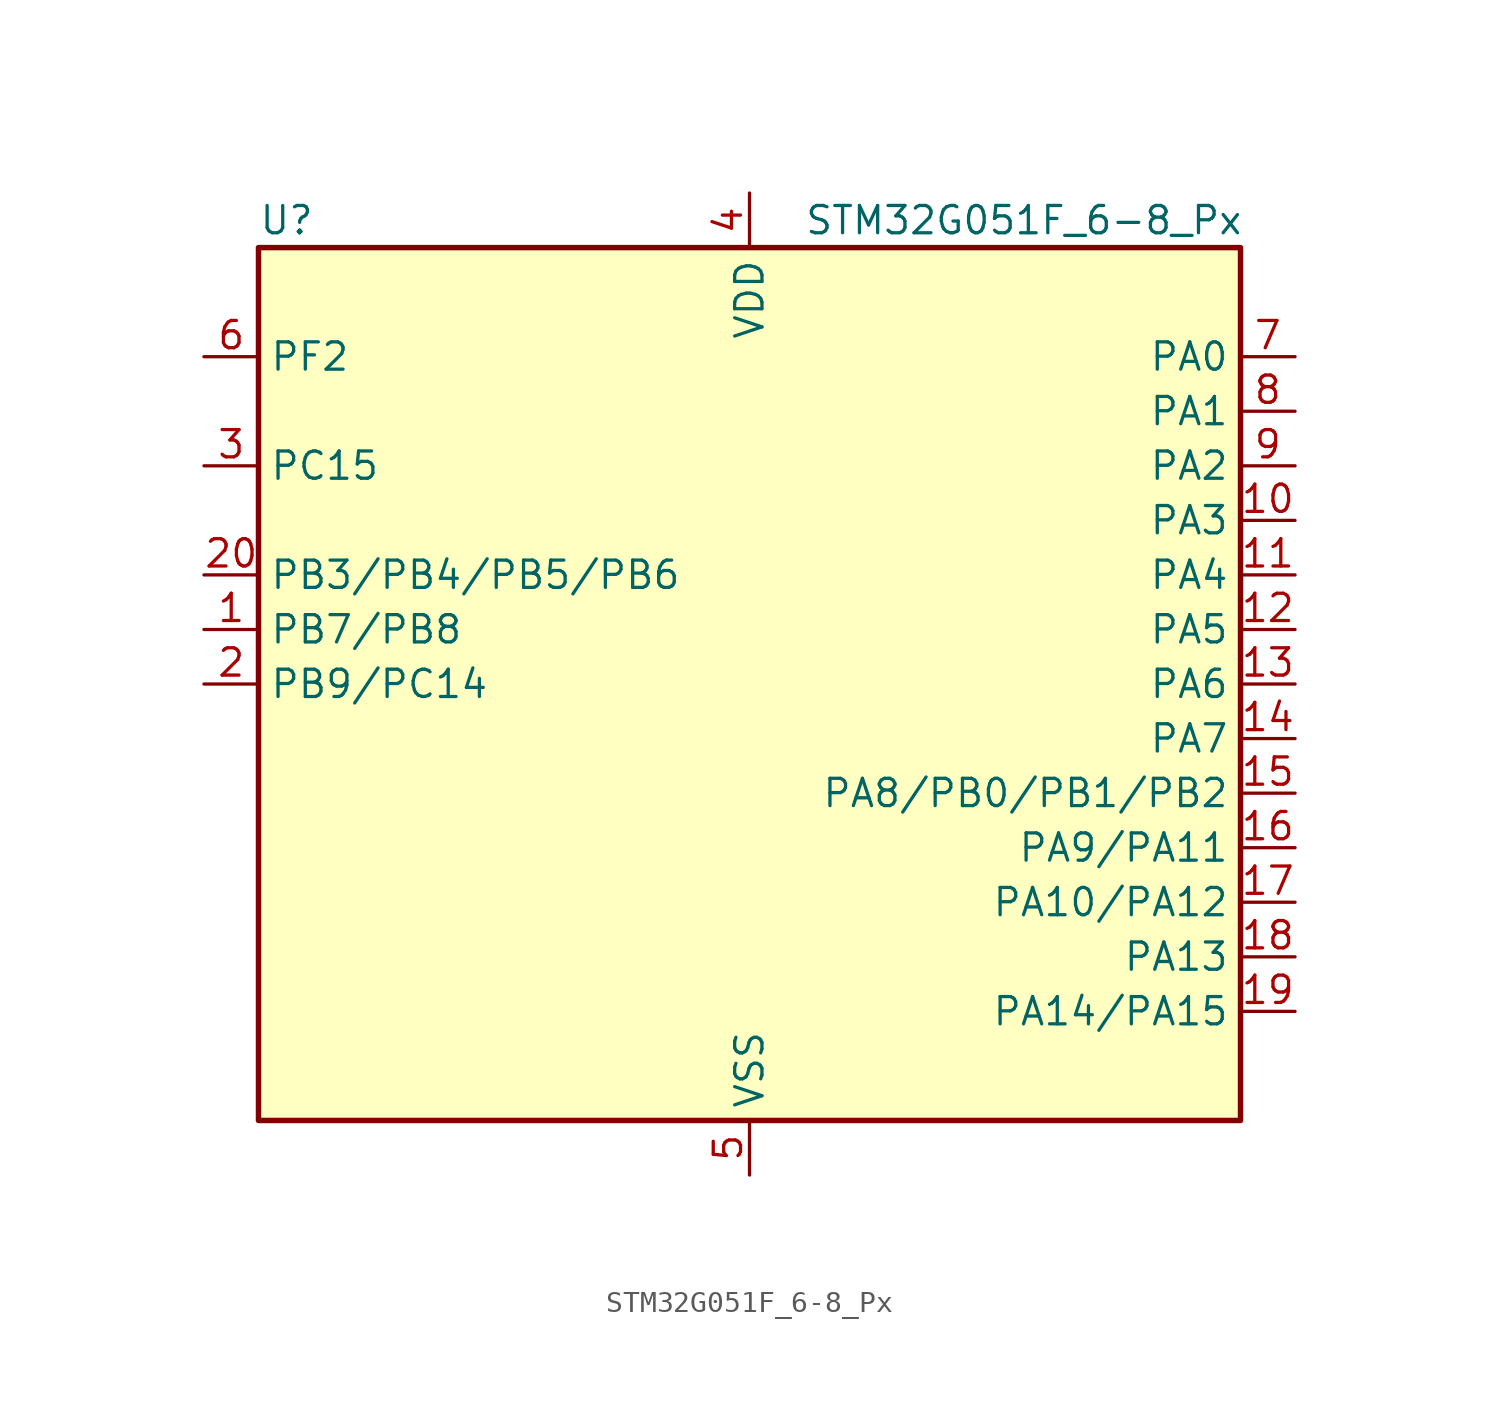
<source format=kicad_sym>
(kicad_symbol_lib
  (version 20231120)
  (generator "kicad-library-utils")
  (generator_version "8.0")
  (symbol "STM32G051F_6-8_Px"
    (property "Reference" "U"
      (at -22.86 21.59 0)
      (effects (font (size 1.27 1.27)) (justify left)))
    (property "Value" "STM32G051F_6-8_Px"
      (at 2.54 21.59 0)
      (effects (font (size 1.27 1.27)) (justify left)))
    (symbol "STM32G051F_6-8_Px_0_1"
      (rectangle (start -22.86 -20.32) (end 22.86 20.32) (stroke (width 0.254) (type default)) (fill (type background))))
    (symbol "STM32G051F_6-8_Px_1_1"
      (pin bidirectional line (at -25.4 2.54 0) (length 2.54) (name "PB7/PB8" (effects (font (size 1.27 1.27)))) (number "1" (effects (font (size 1.27 1.27)))) (alternate "PB7" bidirectional line) (alternate "ADC1_IN11 (PB7)" bidirectional line) (alternate "COMP2_INM (PB7)" bidirectional line) (alternate "I2C1_SDA (PB7)" bidirectional line) (alternate "LPTIM1_IN2 (PB7)" bidirectional line) (alternate "SPI2_MOSI (PB7)" bidirectional line) (alternate "SYS_PVD_IN (PB7)" bidirectional line) (alternate "TIM17_CH1N (PB7)" bidirectional line) (alternate "USART1_RX (PB7)" bidirectional line) (alternate "PB8" bidirectional line) (alternate "I2C1_SCL (PB8)" bidirectional line) (alternate "SPI2_SCK (PB8)" bidirectional line) (alternate "TIM15_BK (PB8)" bidirectional line) (alternate "TIM16_CH1 (PB8)" bidirectional line))
      (pin bidirectional line (at 25.4 7.62 180) (length 2.54) (name "PA3" (effects (font (size 1.27 1.27)))) (number "10" (effects (font (size 1.27 1.27)))) (alternate "ADC1_IN3" bidirectional line) (alternate "COMP2_INP" bidirectional line) (alternate "LPUART1_RX" bidirectional line) (alternate "SPI2_MISO" bidirectional line) (alternate "TIM15_CH2" bidirectional line) (alternate "TIM2_CH4" bidirectional line) (alternate "USART2_RX" bidirectional line))
      (pin bidirectional line (at 25.4 5.08 180) (length 2.54) (name "PA4" (effects (font (size 1.27 1.27)))) (number "11" (effects (font (size 1.27 1.27)))) (alternate "ADC1_IN4" bidirectional line) (alternate "DAC1_OUT1" bidirectional line) (alternate "I2S1_WS" bidirectional line) (alternate "LPTIM2_OUT" bidirectional line) (alternate "RTC_OUT1" bidirectional line) (alternate "RTC_TAMP_IN1" bidirectional line) (alternate "RTC_TS" bidirectional line) (alternate "SPI1_NSS" bidirectional line) (alternate "SPI2_MOSI" bidirectional line) (alternate "SYS_WKUP2" bidirectional line) (alternate "TIM14_CH1" bidirectional line))
      (pin bidirectional line (at 25.4 2.54 180) (length 2.54) (name "PA5" (effects (font (size 1.27 1.27)))) (number "12" (effects (font (size 1.27 1.27)))) (alternate "ADC1_IN5" bidirectional line) (alternate "DAC1_OUT2" bidirectional line) (alternate "I2S1_CK" bidirectional line) (alternate "LPTIM2_ETR" bidirectional line) (alternate "SPI1_SCK" bidirectional line) (alternate "TIM2_CH1" bidirectional line) (alternate "TIM2_ETR" bidirectional line))
      (pin bidirectional line (at 25.4 0 180) (length 2.54) (name "PA6" (effects (font (size 1.27 1.27)))) (number "13" (effects (font (size 1.27 1.27)))) (alternate "ADC1_IN6" bidirectional line) (alternate "COMP1_OUT" bidirectional line) (alternate "I2S1_MCK" bidirectional line) (alternate "LPUART1_CTS" bidirectional line) (alternate "SPI1_MISO" bidirectional line) (alternate "TIM16_CH1" bidirectional line) (alternate "TIM1_BK" bidirectional line) (alternate "TIM3_CH1" bidirectional line))
      (pin bidirectional line (at 25.4 -2.54 180) (length 2.54) (name "PA7" (effects (font (size 1.27 1.27)))) (number "14" (effects (font (size 1.27 1.27)))) (alternate "ADC1_IN7" bidirectional line) (alternate "COMP2_OUT" bidirectional line) (alternate "I2S1_SD" bidirectional line) (alternate "SPI1_MOSI" bidirectional line) (alternate "TIM14_CH1" bidirectional line) (alternate "TIM17_CH1" bidirectional line) (alternate "TIM1_CH1N" bidirectional line) (alternate "TIM3_CH2" bidirectional line))
      (pin bidirectional line (at 25.4 -5.08 180) (length 2.54) (name "PA8/PB0/PB1/PB2" (effects (font (size 1.27 1.27)))) (number "15" (effects (font (size 1.27 1.27)))) (alternate "PA8" bidirectional line) (alternate "LPTIM2_OUT (PA8)" bidirectional line) (alternate "RCC_MCO (PA8)" bidirectional line) (alternate "SPI2_NSS (PA8)" bidirectional line) (alternate "TIM1_CH1 (PA8)" bidirectional line) (alternate "PB0" bidirectional line) (alternate "ADC1_IN8 (PB0)" bidirectional line) (alternate "COMP1_OUT (PB0)" bidirectional line) (alternate "I2S1_WS (PB0)" bidirectional line) (alternate "LPTIM1_OUT (PB0)" bidirectional line) (alternate "SPI1_NSS (PB0)" bidirectional line) (alternate "TIM1_CH2N (PB0)" bidirectional line) (alternate "TIM3_CH3 (PB0)" bidirectional line) (alternate "PB1" bidirectional line) (alternate "ADC1_IN9 (PB1)" bidirectional line) (alternate "COMP1_INM (PB1)" bidirectional line) (alternate "LPTIM2_IN1 (PB1)" bidirectional line) (alternate "LPUART1_DE (PB1)" bidirectional line) (alternate "LPUART1_RTS (PB1)" bidirectional line) (alternate "TIM14_CH1 (PB1)" bidirectional line) (alternate "TIM1_CH3N (PB1)" bidirectional line) (alternate "TIM3_CH4 (PB1)" bidirectional line) (alternate "PB2" bidirectional line) (alternate "ADC1_IN10 (PB2)" bidirectional line) (alternate "COMP1_INP (PB2)" bidirectional line) (alternate "LPTIM1_OUT (PB2)" bidirectional line) (alternate "SPI2_MISO (PB2)" bidirectional line))
      (pin bidirectional line (at 25.4 -7.62 180) (length 2.54) (name "PA9/PA11" (effects (font (size 1.27 1.27)))) (number "16" (effects (font (size 1.27 1.27)))) (alternate "PA9" bidirectional line) (alternate "DAC1_EXTI9 (PA9)" bidirectional line) (alternate "I2C1_SCL (PA9)" bidirectional line) (alternate "RCC_MCO (PA9)" bidirectional line) (alternate "SPI2_MISO (PA9)" bidirectional line) (alternate "TIM15_BK (PA9)" bidirectional line) (alternate "TIM1_CH2 (PA9)" bidirectional line) (alternate "USART1_TX (PA9)" bidirectional line) (alternate "PA11" bidirectional line) (alternate "ADC1_EXTI11 (PA11)" bidirectional line) (alternate "ADC1_IN15 (PA11)" bidirectional line) (alternate "COMP1_OUT (PA11)" bidirectional line) (alternate "I2C2_SCL (PA11)" bidirectional line) (alternate "I2S1_MCK (PA11)" bidirectional line) (alternate "SPI1_MISO (PA11)" bidirectional line) (alternate "TIM1_BK2 (PA11)" bidirectional line) (alternate "TIM1_CH4 (PA11)" bidirectional line) (alternate "USART1_CTS (PA11)" bidirectional line) (alternate "USART1_NSS (PA11)" bidirectional line))
      (pin bidirectional line (at 25.4 -10.16 180) (length 2.54) (name "PA10/PA12" (effects (font (size 1.27 1.27)))) (number "17" (effects (font (size 1.27 1.27)))) (alternate "PA10" bidirectional line) (alternate "I2C1_SDA (PA10)" bidirectional line) (alternate "SPI2_MOSI (PA10)" bidirectional line) (alternate "TIM17_BK (PA10)" bidirectional line) (alternate "TIM1_CH3 (PA10)" bidirectional line) (alternate "USART1_RX (PA10)" bidirectional line) (alternate "PA12" bidirectional line) (alternate "ADC1_IN16 (PA12)" bidirectional line) (alternate "COMP2_OUT (PA12)" bidirectional line) (alternate "I2C2_SDA (PA12)" bidirectional line) (alternate "I2S1_SD (PA12)" bidirectional line) (alternate "I2S_CKIN (PA12)" bidirectional line) (alternate "SPI1_MOSI (PA12)" bidirectional line) (alternate "TIM1_ETR (PA12)" bidirectional line) (alternate "USART1_CK (PA12)" bidirectional line) (alternate "USART1_DE (PA12)" bidirectional line) (alternate "USART1_RTS (PA12)" bidirectional line))
      (pin bidirectional line (at 25.4 -12.7 180) (length 2.54) (name "PA13" (effects (font (size 1.27 1.27)))) (number "18" (effects (font (size 1.27 1.27)))) (alternate "ADC1_IN17" bidirectional line) (alternate "IR_OUT" bidirectional line) (alternate "SYS_SWDIO" bidirectional line))
      (pin bidirectional line (at 25.4 -15.24 180) (length 2.54) (name "PA14/PA15" (effects (font (size 1.27 1.27)))) (number "19" (effects (font (size 1.27 1.27)))) (alternate "PA14" bidirectional line) (alternate "ADC1_IN18 (PA14)" bidirectional line) (alternate "SYS_SWCLK (PA14)" bidirectional line) (alternate "USART2_TX (PA14)" bidirectional line) (alternate "PA15" bidirectional line) (alternate "I2S1_WS (PA15)" bidirectional line) (alternate "SPI1_NSS (PA15)" bidirectional line) (alternate "TIM2_CH1 (PA15)" bidirectional line) (alternate "TIM2_ETR (PA15)" bidirectional line) (alternate "USART2_RX (PA15)" bidirectional line))
      (pin bidirectional line (at -25.4 0 0) (length 2.54) (name "PB9/PC14" (effects (font (size 1.27 1.27)))) (number "2" (effects (font (size 1.27 1.27)))) (alternate "PB9" bidirectional line) (alternate "DAC1_EXTI9 (PB9)" bidirectional line) (alternate "I2C1_SDA (PB9)" bidirectional line) (alternate "IR_OUT (PB9)" bidirectional line) (alternate "SPI2_NSS (PB9)" bidirectional line) (alternate "TIM17_CH1 (PB9)" bidirectional line) (alternate "PC14" bidirectional line) (alternate "RCC_OSC32_IN (PC14)" bidirectional line) (alternate "RCC_OSC_IN (PC14)" bidirectional line) (alternate "TIM1_BK2 (PC14)" bidirectional line))
      (pin bidirectional line (at -25.4 5.08 0) (length 2.54) (name "PB3/PB4/PB5/PB6" (effects (font (size 1.27 1.27)))) (number "20" (effects (font (size 1.27 1.27)))) (alternate "PB3" bidirectional line) (alternate "COMP2_INM (PB3)" bidirectional line) (alternate "I2S1_CK (PB3)" bidirectional line) (alternate "SPI1_SCK (PB3)" bidirectional line) (alternate "TIM1_CH2 (PB3)" bidirectional line) (alternate "TIM2_CH2 (PB3)" bidirectional line) (alternate "USART1_CK (PB3)" bidirectional line) (alternate "USART1_DE (PB3)" bidirectional line) (alternate "USART1_RTS (PB3)" bidirectional line) (alternate "PB4" bidirectional line) (alternate "COMP2_INP (PB4)" bidirectional line) (alternate "I2S1_MCK (PB4)" bidirectional line) (alternate "SPI1_MISO (PB4)" bidirectional line) (alternate "TIM17_BK (PB4)" bidirectional line) (alternate "TIM3_CH1 (PB4)" bidirectional line) (alternate "USART1_CTS (PB4)" bidirectional line) (alternate "USART1_NSS (PB4)" bidirectional line) (alternate "PB5" bidirectional line) (alternate "COMP2_OUT (PB5)" bidirectional line) (alternate "I2C1_SMBA (PB5)" bidirectional line) (alternate "I2S1_SD (PB5)" bidirectional line) (alternate "LPTIM1_IN1 (PB5)" bidirectional line) (alternate "SPI1_MOSI (PB5)" bidirectional line) (alternate "SYS_WKUP6 (PB5)" bidirectional line) (alternate "TIM16_BK (PB5)" bidirectional line) (alternate "TIM3_CH2 (PB5)" bidirectional line) (alternate "PB6" bidirectional line) (alternate "COMP2_INP (PB6)" bidirectional line) (alternate "I2C1_SCL (PB6)" bidirectional line) (alternate "LPTIM1_ETR (PB6)" bidirectional line) (alternate "SPI2_MISO (PB6)" bidirectional line) (alternate "TIM16_CH1N (PB6)" bidirectional line) (alternate "TIM1_CH3 (PB6)" bidirectional line) (alternate "USART1_TX (PB6)" bidirectional line))
      (pin bidirectional line (at -25.4 10.16 0) (length 2.54) (name "PC15" (effects (font (size 1.27 1.27)))) (number "3" (effects (font (size 1.27 1.27)))) (alternate "RCC_OSC32_EN" bidirectional line) (alternate "RCC_OSC32_OUT" bidirectional line) (alternate "RCC_OSC_EN" bidirectional line) (alternate "TIM15_BK" bidirectional line))
      (pin power_in line (at 0 22.86 270) (length 2.54) (name "VDD" (effects (font (size 1.27 1.27)))) (number "4" (effects (font (size 1.27 1.27)))))
      (pin power_in line (at 0 -22.86 90) (length 2.54) (name "VSS" (effects (font (size 1.27 1.27)))) (number "5" (effects (font (size 1.27 1.27)))))
      (pin bidirectional line (at -25.4 15.24 0) (length 2.54) (name "PF2" (effects (font (size 1.27 1.27)))) (number "6" (effects (font (size 1.27 1.27)))) (alternate "RCC_MCO" bidirectional line))
      (pin bidirectional line (at 25.4 15.24 180) (length 2.54) (name "PA0" (effects (font (size 1.27 1.27)))) (number "7" (effects (font (size 1.27 1.27)))) (alternate "ADC1_IN0" bidirectional line) (alternate "COMP1_INM" bidirectional line) (alternate "COMP1_OUT" bidirectional line) (alternate "LPTIM1_OUT" bidirectional line) (alternate "RTC_TAMP_IN2" bidirectional line) (alternate "SPI2_SCK" bidirectional line) (alternate "SYS_WKUP1" bidirectional line) (alternate "TIM2_CH1" bidirectional line) (alternate "TIM2_ETR" bidirectional line) (alternate "USART2_CTS" bidirectional line) (alternate "USART2_NSS" bidirectional line))
      (pin bidirectional line (at 25.4 12.7 180) (length 2.54) (name "PA1" (effects (font (size 1.27 1.27)))) (number "8" (effects (font (size 1.27 1.27)))) (alternate "ADC1_IN1" bidirectional line) (alternate "COMP1_INP" bidirectional line) (alternate "I2C1_SMBA" bidirectional line) (alternate "I2S1_CK" bidirectional line) (alternate "SPI1_SCK" bidirectional line) (alternate "TIM15_CH1N" bidirectional line) (alternate "TIM2_CH2" bidirectional line) (alternate "USART2_CK" bidirectional line) (alternate "USART2_DE" bidirectional line) (alternate "USART2_RTS" bidirectional line))
      (pin bidirectional line (at 25.4 10.16 180) (length 2.54) (name "PA2" (effects (font (size 1.27 1.27)))) (number "9" (effects (font (size 1.27 1.27)))) (alternate "ADC1_IN2" bidirectional line) (alternate "COMP2_INM" bidirectional line) (alternate "COMP2_OUT" bidirectional line) (alternate "I2S1_SD" bidirectional line) (alternate "LPUART1_TX" bidirectional line) (alternate "RCC_LSCO" bidirectional line) (alternate "SPI1_MOSI" bidirectional line) (alternate "SYS_WKUP4" bidirectional line) (alternate "TIM15_CH1" bidirectional line) (alternate "TIM2_CH3" bidirectional line) (alternate "USART2_TX" bidirectional line)))))
</source>
